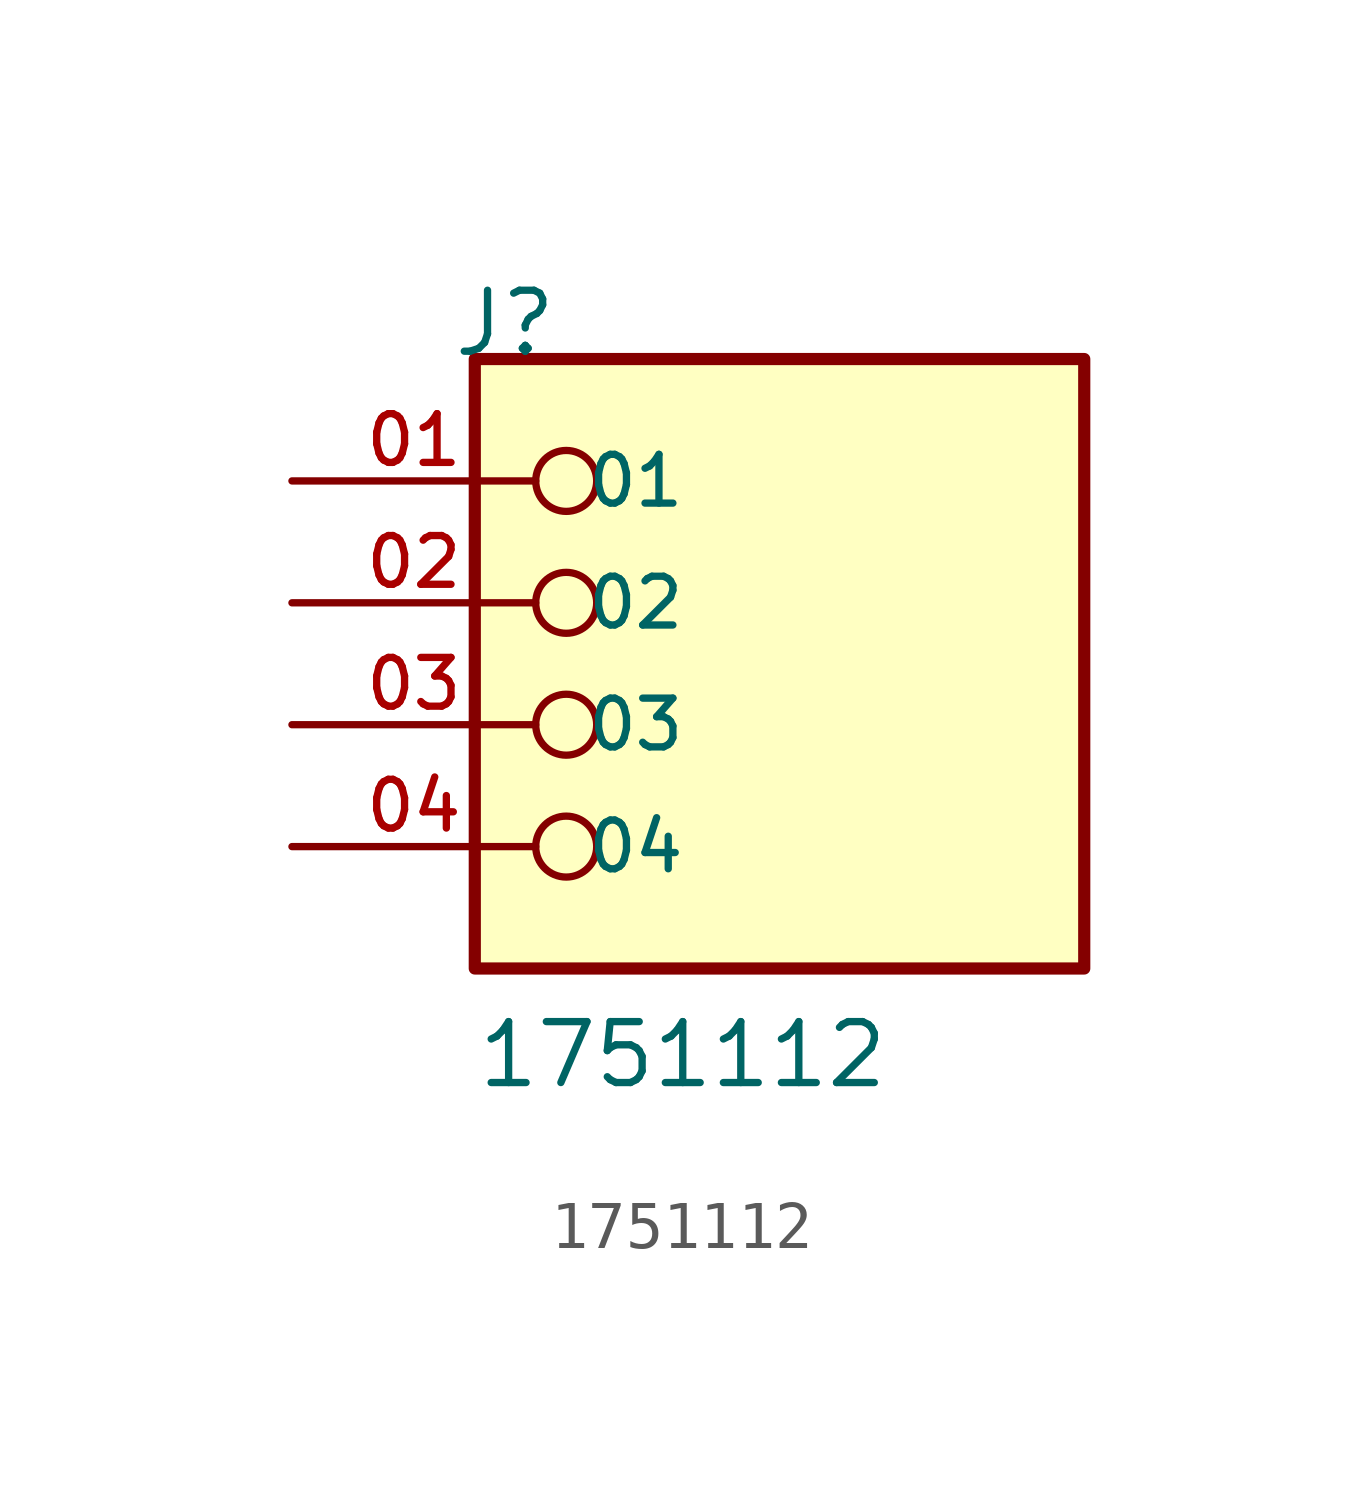
<source format=kicad_sym>
(kicad_symbol_lib
  (version 20211014)
  (generator kicad_symbol_editor)
  (symbol "1751112"
    (pin_names
      (offset 1.016))
    (property "Reference" "J"
      (at -6.85 7.62 0)
      (effects (font (size 1.27 1.27)) (justify bottom left)))
    (property "Value" "1751112"
      (at -6.35 -7.62 0)
      (effects (font (size 1.27 1.27)) (justify bottom left)))
    (symbol "1751112_0_0"
      (circle (center -4.445 5.08) (radius 0.635) (stroke (width 0.152)) (fill (type none)))
      (circle (center -4.445 2.54) (radius 0.635) (stroke (width 0.152)) (fill (type none)))
      (circle (center -4.445 0.0) (radius 0.635) (stroke (width 0.152)) (fill (type none)))
      (circle (center -4.445 -2.54) (radius 0.635) (stroke (width 0.152)) (fill (type none)))
      (rectangle (start -6.35 -5.08) (end 6.35 7.62) (stroke (width 0.254)) (fill (type background)))
      (pin passive line (at -10.16 5.08 0) (length 5.08) (name "01" (effects (font (size 1.016 1.016)))) (number "01" (effects (font (size 1.016 1.016)))))
      (pin passive line (at -10.16 2.54 0) (length 5.08) (name "02" (effects (font (size 1.016 1.016)))) (number "02" (effects (font (size 1.016 1.016)))))
      (pin passive line (at -10.16 0.0 0) (length 5.08) (name "03" (effects (font (size 1.016 1.016)))) (number "03" (effects (font (size 1.016 1.016)))))
      (pin passive line (at -10.16 -2.54 0) (length 5.08) (name "04" (effects (font (size 1.016 1.016)))) (number "04" (effects (font (size 1.016 1.016))))))))
</source>
